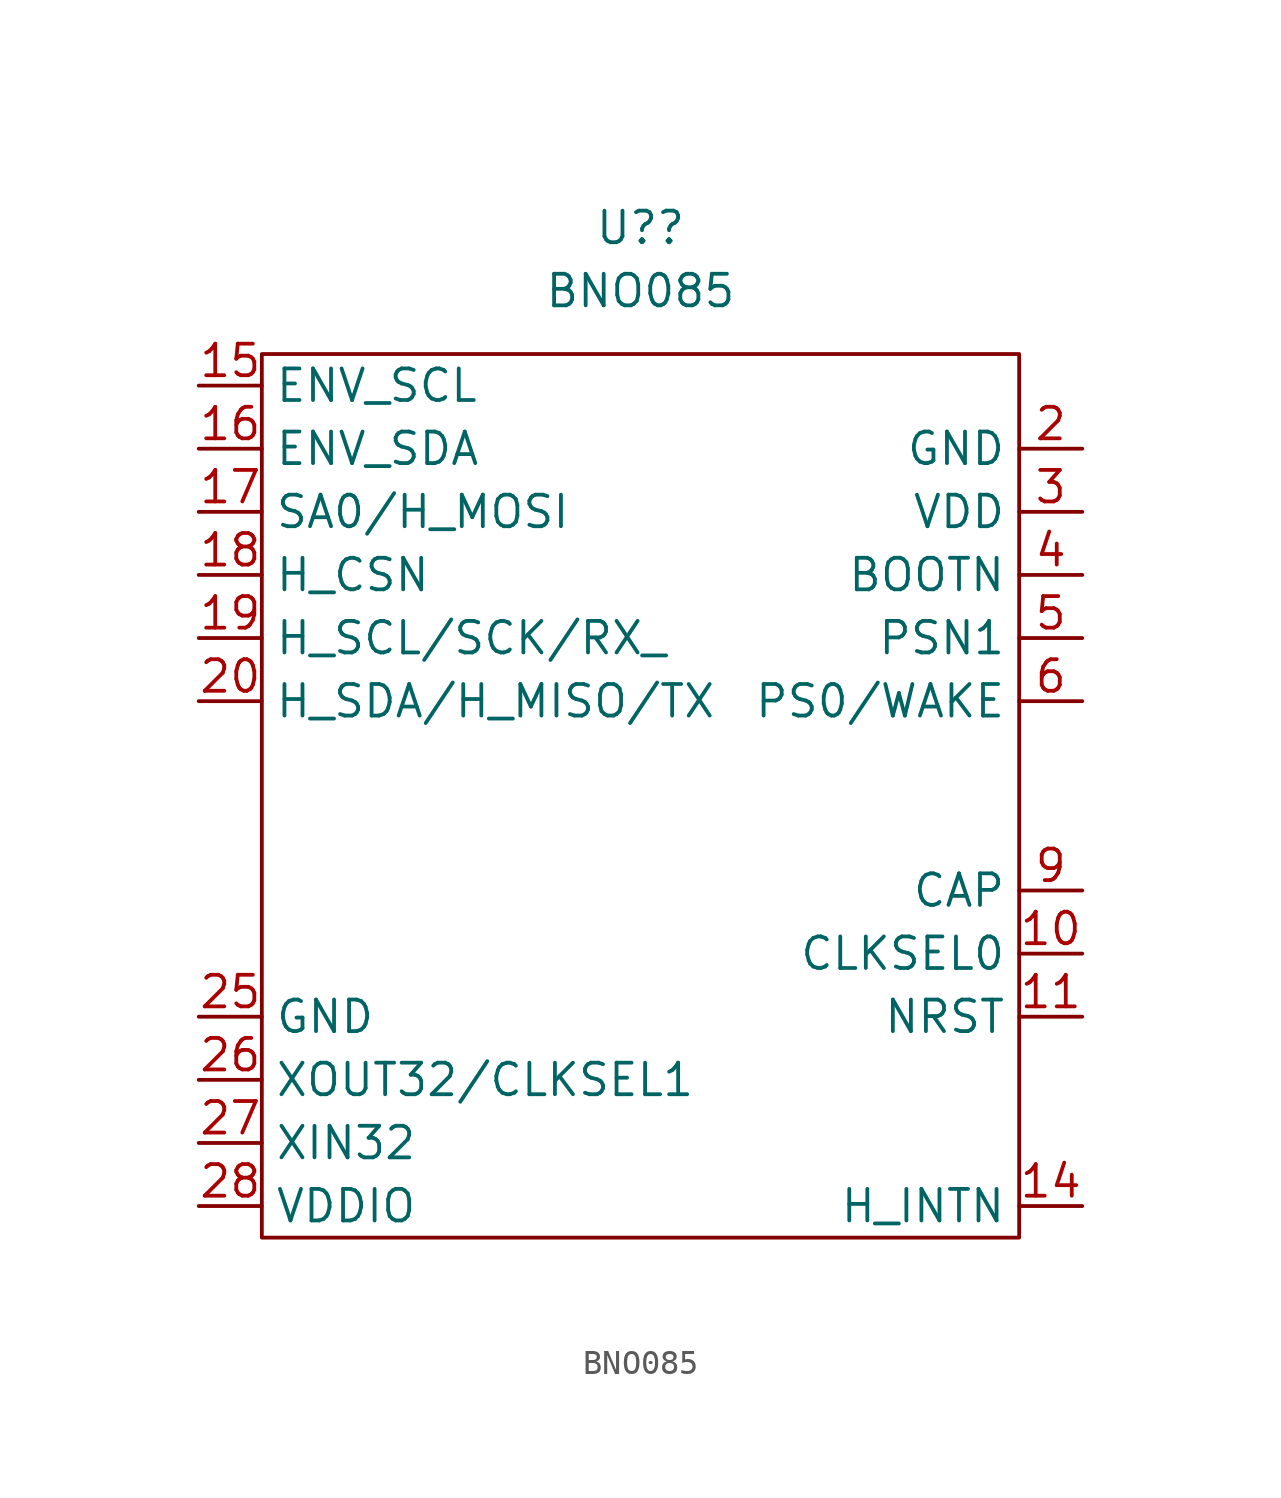
<source format=kicad_sym>
(kicad_symbol_lib
  (version 20211014)
  (generator kicad_symbol_editor)
  (symbol "BNO085"
    (property "Reference" "U?"
      (at 0 5.08 0)
      (effects (font (size 1.27 1.27))))
    (property "Value" "BNO085"
      (at 0 2.54 0)
      (effects (font (size 1.27 1.27))))
    (symbol "BNO085_0_1"
      (rectangle (start -15.24 0) (end 15.24 -35.56) (stroke (width 0) (type default) (color 0 0 0 0)) (fill (type none))))
    (symbol "BNO085_1_1"
      (pin no_connect line (at 17.78 -1.27 180) (length 2.54) hide (name "NC" (effects (font (size 1.27 1.27)))) (number "1" (effects (font (size 1.27 1.27)))))
      (pin input line (at 17.78 -24.13 180) (length 2.54) (name "CLKSEL0" (effects (font (size 1.27 1.27)))) (number "10" (effects (font (size 1.27 1.27)))))
      (pin input line (at 17.78 -26.67 180) (length 2.54) (name "NRST" (effects (font (size 1.27 1.27)))) (number "11" (effects (font (size 1.27 1.27)))))
      (pin no_connect line (at 17.78 -29.21 180) (length 2.54) hide (name "NC" (effects (font (size 1.27 1.27)))) (number "12" (effects (font (size 1.27 1.27)))))
      (pin no_connect line (at 17.78 -31.75 180) (length 2.54) hide (name "NC" (effects (font (size 1.27 1.27)))) (number "13" (effects (font (size 1.27 1.27)))))
      (pin output line (at 17.78 -34.29 180) (length 2.54) (name "H_INTN" (effects (font (size 1.27 1.27)))) (number "14" (effects (font (size 1.27 1.27)))))
      (pin bidirectional line (at -17.78 -1.27 0) (length 2.54) (name "ENV_SCL" (effects (font (size 1.27 1.27)))) (number "15" (effects (font (size 1.27 1.27)))))
      (pin bidirectional line (at -17.78 -3.81 0) (length 2.54) (name "ENV_SDA" (effects (font (size 1.27 1.27)))) (number "16" (effects (font (size 1.27 1.27)))))
      (pin input line (at -17.78 -6.35 0) (length 2.54) (name "SA0/H_MOSI" (effects (font (size 1.27 1.27)))) (number "17" (effects (font (size 1.27 1.27)))))
      (pin input line (at -17.78 -8.89 0) (length 2.54) (name "H_CSN" (effects (font (size 1.27 1.27)))) (number "18" (effects (font (size 1.27 1.27)))))
      (pin bidirectional line (at -17.78 -11.43 0) (length 2.54) (name "H_SCL/SCK/RX_" (effects (font (size 1.27 1.27)))) (number "19" (effects (font (size 1.27 1.27)))))
      (pin power_in line (at 17.78 -3.81 180) (length 2.54) (name "GND" (effects (font (size 1.27 1.27)))) (number "2" (effects (font (size 1.27 1.27)))))
      (pin bidirectional line (at -17.78 -13.97 0) (length 2.54) (name "H_SDA/H_MISO/TX" (effects (font (size 1.27 1.27)))) (number "20" (effects (font (size 1.27 1.27)))))
      (pin no_connect line (at -17.78 -16.51 0) (length 2.54) hide (name "NC" (effects (font (size 1.27 1.27)))) (number "21" (effects (font (size 1.27 1.27)))))
      (pin no_connect line (at -17.78 -19.05 0) (length 2.54) hide (name "NC" (effects (font (size 1.27 1.27)))) (number "22" (effects (font (size 1.27 1.27)))))
      (pin no_connect line (at -17.78 -21.59 0) (length 2.54) hide (name "NC" (effects (font (size 1.27 1.27)))) (number "23" (effects (font (size 1.27 1.27)))))
      (pin no_connect line (at -17.78 -24.13 0) (length 2.54) hide (name "NC" (effects (font (size 1.27 1.27)))) (number "24" (effects (font (size 1.27 1.27)))))
      (pin input line (at -17.78 -26.67 0) (length 2.54) (name "GND" (effects (font (size 1.27 1.27)))) (number "25" (effects (font (size 1.27 1.27)))))
      (pin output line (at -17.78 -29.21 0) (length 2.54) (name "XOUT32/CLKSEL1" (effects (font (size 1.27 1.27)))) (number "26" (effects (font (size 1.27 1.27)))))
      (pin input line (at -17.78 -31.75 0) (length 2.54) (name "XIN32" (effects (font (size 1.27 1.27)))) (number "27" (effects (font (size 1.27 1.27)))))
      (pin input line (at -17.78 -34.29 0) (length 2.54) (name "VDDIO" (effects (font (size 1.27 1.27)))) (number "28" (effects (font (size 1.27 1.27)))))
      (pin power_in line (at 17.78 -6.35 180) (length 2.54) (name "VDD" (effects (font (size 1.27 1.27)))) (number "3" (effects (font (size 1.27 1.27)))))
      (pin input line (at 17.78 -8.89 180) (length 2.54) (name "BOOTN" (effects (font (size 1.27 1.27)))) (number "4" (effects (font (size 1.27 1.27)))))
      (pin input line (at 17.78 -11.43 180) (length 2.54) (name "PSN1" (effects (font (size 1.27 1.27)))) (number "5" (effects (font (size 1.27 1.27)))))
      (pin input line (at 17.78 -13.97 180) (length 2.54) (name "PS0/WAKE" (effects (font (size 1.27 1.27)))) (number "6" (effects (font (size 1.27 1.27)))))
      (pin no_connect line (at 17.78 -16.51 180) (length 2.54) hide (name "NC" (effects (font (size 1.27 1.27)))) (number "7" (effects (font (size 1.27 1.27)))))
      (pin no_connect line (at 17.78 -19.05 180) (length 2.54) hide (name "NC" (effects (font (size 1.27 1.27)))) (number "8" (effects (font (size 1.27 1.27)))))
      (pin unspecified line (at 17.78 -21.59 180) (length 2.54) (name "CAP" (effects (font (size 1.27 1.27)))) (number "9" (effects (font (size 1.27 1.27))))))))
</source>
